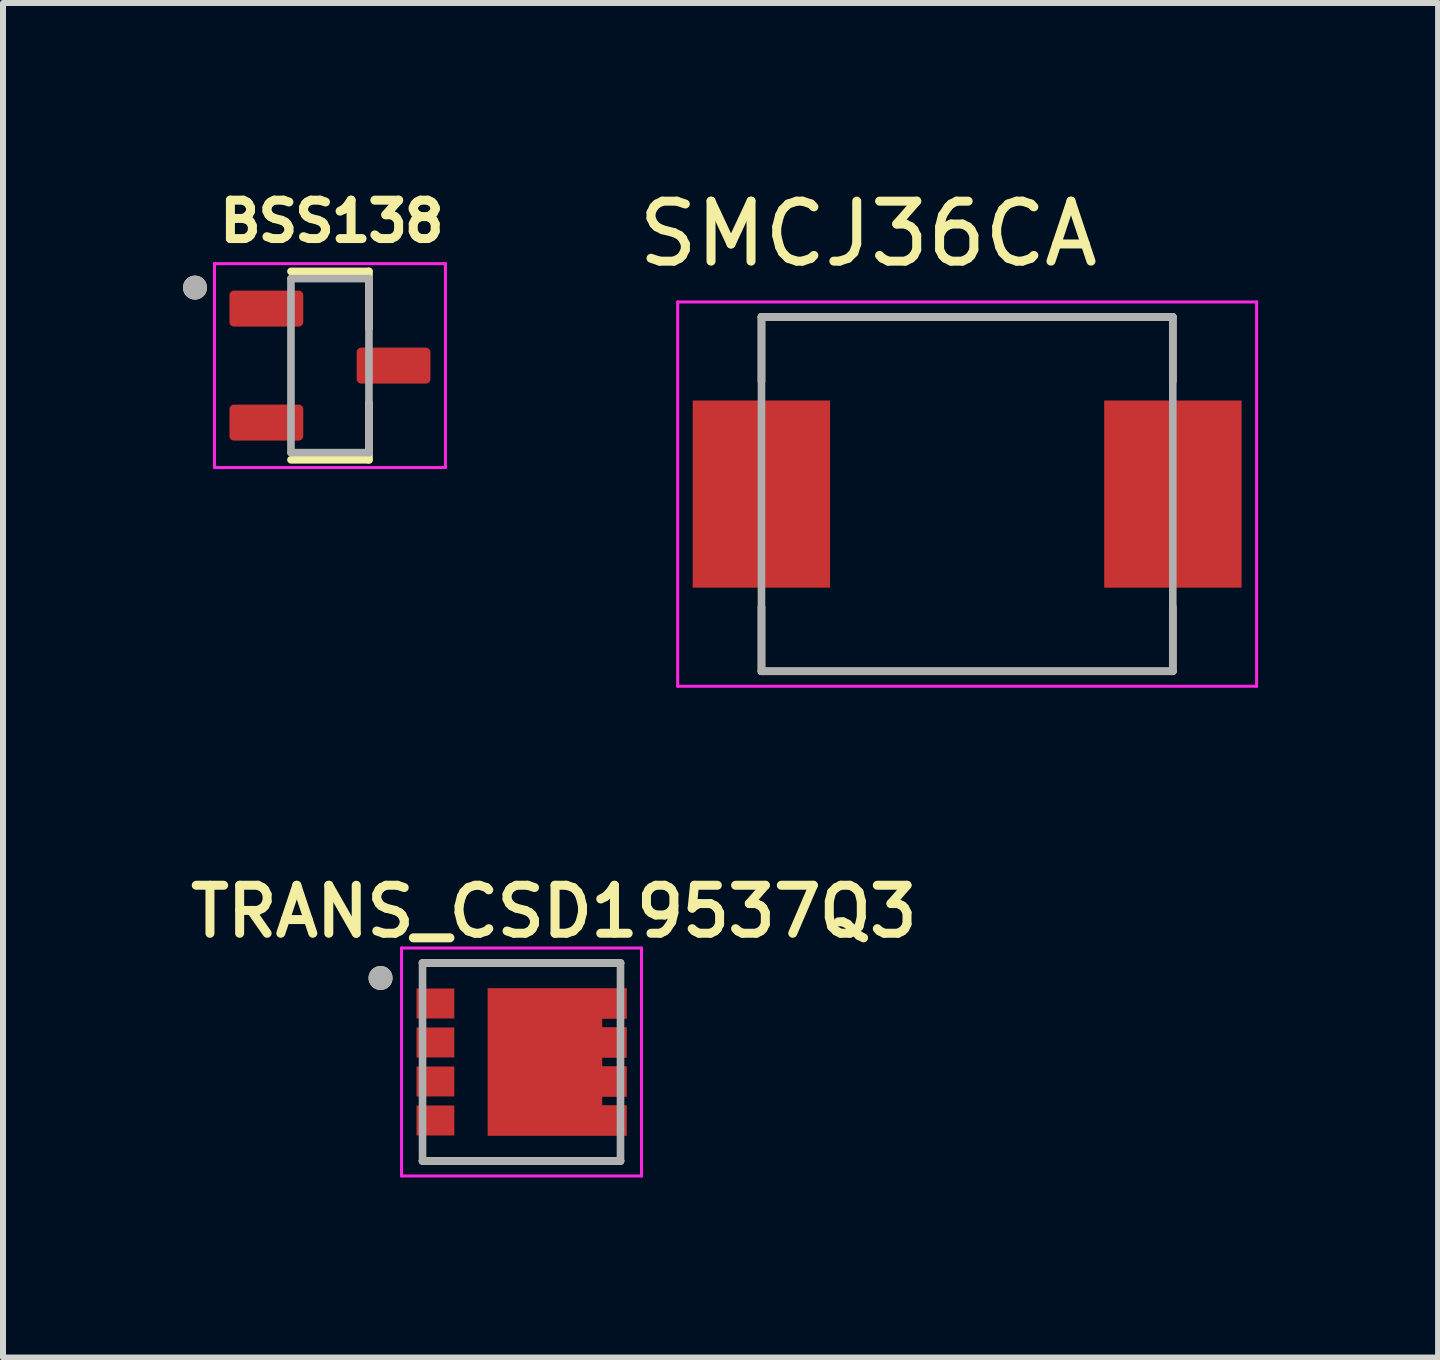
<source format=kicad_pcb>
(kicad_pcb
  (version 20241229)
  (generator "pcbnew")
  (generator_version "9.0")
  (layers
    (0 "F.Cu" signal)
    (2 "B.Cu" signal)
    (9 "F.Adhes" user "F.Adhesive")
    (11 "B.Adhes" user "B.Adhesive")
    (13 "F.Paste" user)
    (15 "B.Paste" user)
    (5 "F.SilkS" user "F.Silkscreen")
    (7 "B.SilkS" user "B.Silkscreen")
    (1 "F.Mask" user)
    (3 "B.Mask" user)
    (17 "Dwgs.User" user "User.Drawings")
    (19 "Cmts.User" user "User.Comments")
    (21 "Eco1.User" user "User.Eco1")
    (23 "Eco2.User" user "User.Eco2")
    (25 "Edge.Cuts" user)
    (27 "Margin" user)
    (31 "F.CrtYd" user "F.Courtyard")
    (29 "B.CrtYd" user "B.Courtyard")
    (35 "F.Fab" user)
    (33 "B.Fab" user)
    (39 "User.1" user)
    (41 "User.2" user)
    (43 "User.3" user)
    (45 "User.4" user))
  (footprint "TRANS_CSD19537Q3"
    (layer "F.Cu")
    (at 5.643 14.652)
    (property "Reference" "TRANS_CSD19537Q3" (at 0.54 -2.508 0) (layer "F.SilkS") (effects (font (size 0.8 0.8) (thickness 0.15))))
    (attr smd)
    (fp_poly (pts (xy -0.66 -1.325) (xy 1.85 -1.325) (xy 1.85 1.325) (xy -0.66 1.325)) (stroke (width 0.01) (type solid)) (fill yes) (layer "F.Mask"))
    (fp_line (start -1.65 -1.65) (end 1.65 -1.65) (stroke (width 0.127) (type solid)) (layer "F.SilkS"))
    (fp_line (start -1.65 1.65) (end 1.65 1.65) (stroke (width 0.127) (type solid)) (layer "F.SilkS"))
    (fp_circle (center -2.35 -1.4) (end -2.25 -1.4) (stroke (width 0.2) (type solid)) (fill no) (layer "F.SilkS"))
    (fp_poly (pts (xy -1.66 -1.145) (xy -1.21 -1.145) (xy -1.21 -0.805) (xy -1.66 -0.805)) (stroke (width 0.01) (type solid)) (fill yes) (layer "F.Paste"))
    (fp_poly (pts (xy -1.66 -0.495) (xy -1.21 -0.495) (xy -1.21 -0.155) (xy -1.66 -0.155)) (stroke (width 0.01) (type solid)) (fill yes) (layer "F.Paste"))
    (fp_poly (pts (xy -1.66 0.155) (xy -1.21 0.155) (xy -1.21 0.495) (xy -1.66 0.495)) (stroke (width 0.01) (type solid)) (fill yes) (layer "F.Paste"))
    (fp_poly (pts (xy -1.66 0.805) (xy -1.21 0.805) (xy -1.21 1.145) (xy -1.66 1.145)) (stroke (width 0.01) (type solid)) (fill yes) (layer "F.Paste"))
    (fp_poly (pts (xy -0.46 -1.145) (xy 0.985 -1.145) (xy 0.985 -0.125) (xy -0.46 -0.125)) (stroke (width 0.01) (type solid)) (fill yes) (layer "F.Paste"))
    (fp_poly (pts (xy -0.46 0.125) (xy 0.985 0.125) (xy 0.985 1.145) (xy -0.46 1.145)) (stroke (width 0.01) (type solid)) (fill yes) (layer "F.Paste"))
    (fp_poly (pts (xy 1.21 -1.145) (xy 1.66 -1.145) (xy 1.66 -0.805) (xy 1.21 -0.805)) (stroke (width 0.01) (type solid)) (fill yes) (layer "F.Paste"))
    (fp_poly (pts (xy 1.21 -0.495) (xy 1.66 -0.495) (xy 1.66 -0.155) (xy 1.21 -0.155)) (stroke (width 0.01) (type solid)) (fill yes) (layer "F.Paste"))
    (fp_poly (pts (xy 1.21 0.155) (xy 1.66 0.155) (xy 1.66 0.495) (xy 1.21 0.495)) (stroke (width 0.01) (type solid)) (fill yes) (layer "F.Paste"))
    (fp_poly (pts (xy 1.21 0.805) (xy 1.66 0.805) (xy 1.66 1.145) (xy 1.21 1.145)) (stroke (width 0.01) (type solid)) (fill yes) (layer "F.Paste"))
    (fp_line (start -2 -1.9) (end 2 -1.9) (stroke (width 0.05) (type solid)) (layer "F.CrtYd"))
    (fp_line (start -2 1.9) (end -2 -1.9) (stroke (width 0.05) (type solid)) (layer "F.CrtYd"))
    (fp_line (start 2 -1.9) (end 2 1.9) (stroke (width 0.05) (type solid)) (layer "F.CrtYd"))
    (fp_line (start 2 1.9) (end -2 1.9) (stroke (width 0.05) (type solid)) (layer "F.CrtYd"))
    (fp_line (start -1.65 -1.65) (end 1.65 -1.65) (stroke (width 0.127) (type solid)) (layer "F.Fab"))
    (fp_line (start -1.65 1.65) (end -1.65 -1.65) (stroke (width 0.127) (type solid)) (layer "F.Fab"))
    (fp_line (start 1.65 -1.65) (end 1.65 1.65) (stroke (width 0.127) (type solid)) (layer "F.Fab"))
    (fp_line (start 1.65 1.65) (end -1.65 1.65) (stroke (width 0.127) (type solid)) (layer "F.Fab"))
    (fp_circle (center -2.35 -1.4) (end -2.25 -1.4) (stroke (width 0.2) (type solid)) (fill no) (layer "F.Fab"))
    (pad "1" smd rect (at -1.435 -0.975) (size 0.63 0.5) (layers "F.Cu" "F.Mask"))
    (pad "2" smd rect (at -1.435 -0.325) (size 0.63 0.5) (layers "F.Cu" "F.Mask"))
    (pad "3" smd rect (at -1.435 0.325) (size 0.63 0.5) (layers "F.Cu" "F.Mask"))
    (pad "4" smd rect (at -1.435 0.975) (size 0.63 0.5) (layers "F.Cu" "F.Mask"))
    (pad "5_8" smd custom (at 0 0) (size 0.63 0.5) (layers "F.Cu") (options (anchor rect)) (primitives (gr_poly (pts (xy 1.75 -1.225) (xy 1.75 -0.725) (xy 1.34 -0.725) (xy 1.34 -0.575) (xy 1.75 -0.575) (xy 1.75 -0.075) (xy 1.34 -0.075) (xy 1.34 0.075) (xy 1.75 0.075) (xy 1.75 0.575) (xy 1.34 0.575) (xy 1.34 0.725) (xy 1.75 0.725) (xy 1.75 1.225) (xy -0.56 1.225) (xy -0.56 -1.225)) (width 0.01) (fill yes)))))
  (footprint "SMCJ36CA"
    (layer "F.Cu")
    (at 13.071 5.186)
    (property "Reference" "SMCJ36CA" (at -1.65 -4.338 0) (layer "F.SilkS") (effects (font (size 1 1) (thickness 0.15))))
    (attr smd)
    (fp_line (start -3.428 -2.953) (end -3.428 -1.88) (stroke (width 0.127) (type solid)) (layer "F.SilkS"))
    (fp_line (start -3.428 2.953) (end -3.428 1.88) (stroke (width 0.127) (type solid)) (layer "F.SilkS"))
    (fp_line (start -3.428 2.953) (end 3.428 2.953) (stroke (width 0.127) (type solid)) (layer "F.SilkS"))
    (fp_line (start 3.428 -2.953) (end -3.428 -2.953) (stroke (width 0.127) (type solid)) (layer "F.SilkS"))
    (fp_line (start 3.428 -1.88) (end 3.428 -2.953) (stroke (width 0.127) (type solid)) (layer "F.SilkS"))
    (fp_line (start 3.428 2.953) (end 3.428 1.88) (stroke (width 0.127) (type solid)) (layer "F.SilkS"))
    (fp_line (start -4.825 -3.203) (end -4.825 3.203) (stroke (width 0.05) (type solid)) (layer "F.CrtYd"))
    (fp_line (start -4.825 3.203) (end 4.825 3.203) (stroke (width 0.05) (type solid)) (layer "F.CrtYd"))
    (fp_line (start 4.825 -3.203) (end -4.825 -3.203) (stroke (width 0.05) (type solid)) (layer "F.CrtYd"))
    (fp_line (start 4.825 3.203) (end 4.825 -3.203) (stroke (width 0.05) (type solid)) (layer "F.CrtYd"))
    (fp_line (start -3.428 -2.953) (end -3.428 2.953) (stroke (width 0.127) (type solid)) (layer "F.Fab"))
    (fp_line (start -3.428 2.953) (end 3.428 2.953) (stroke (width 0.127) (type solid)) (layer "F.Fab"))
    (fp_line (start 3.428 -2.953) (end -3.428 -2.953) (stroke (width 0.127) (type solid)) (layer "F.Fab"))
    (fp_line (start 3.428 2.953) (end 3.428 -2.953) (stroke (width 0.127) (type solid)) (layer "F.Fab"))
    (pad "1" smd rect (at -3.43 0) (size 2.29 3.12) (layers "F.Cu" "F.Mask" "F.Paste"))
    (pad "2" smd rect (at 3.43 0) (size 2.29 3.12) (layers "F.Cu" "F.Mask" "F.Paste")))
  (footprint "BSS138"
    (layer "F.Cu")
    (at 2.45 3.044)
    (property "Reference" "BSS138" (at 0.032 -2.406 0) (layer "F.SilkS") (effects (font (size 0.64 0.64) (thickness 0.15))))
    (attr smd)
    (fp_line (start -0.65 -1.57) (end 0.65 -1.57) (stroke (width 0.127) (type solid)) (layer "F.SilkS"))
    (fp_line (start -0.65 1.57) (end 0.65 1.57) (stroke (width 0.127) (type solid)) (layer "F.SilkS"))
    (fp_line (start 0.65 -1.57) (end 0.65 -0.62) (stroke (width 0.127) (type solid)) (layer "F.SilkS"))
    (fp_line (start 0.65 1.57) (end 0.65 0.62) (stroke (width 0.127) (type solid)) (layer "F.SilkS"))
    (fp_circle (center -2.25 -1.3) (end -2.15 -1.3) (stroke (width 0.2) (type solid)) (fill no) (layer "F.SilkS"))
    (fp_line (start -1.925 -1.7) (end 1.925 -1.7) (stroke (width 0.05) (type solid)) (layer "F.CrtYd"))
    (fp_line (start -1.925 1.7) (end -1.925 -1.7) (stroke (width 0.05) (type solid)) (layer "F.CrtYd"))
    (fp_line (start 1.925 1.7) (end -1.925 1.7) (stroke (width 0.05) (type solid)) (layer "F.CrtYd"))
    (fp_line (start 1.925 1.7) (end 1.925 -1.7) (stroke (width 0.05) (type solid)) (layer "F.CrtYd"))
    (fp_line (start -0.65 -1.45) (end 0.65 -1.45) (stroke (width 0.127) (type solid)) (layer "F.Fab"))
    (fp_line (start -0.65 1.45) (end -0.65 -1.45) (stroke (width 0.127) (type solid)) (layer "F.Fab"))
    (fp_line (start 0.65 -1.45) (end 0.65 1.45) (stroke (width 0.127) (type solid)) (layer "F.Fab"))
    (fp_line (start 0.65 1.45) (end -0.65 1.45) (stroke (width 0.127) (type solid)) (layer "F.Fab"))
    (fp_circle (center -2.25 -1.3) (end -2.15 -1.3) (stroke (width 0.2) (type solid)) (fill no) (layer "F.Fab"))
    (pad "1" smd roundrect (at -1.06 -0.95) (size 1.23 0.6) (layers "F.Cu" "F.Mask" "F.Paste") (roundrect_rratio 0.125))
    (pad "2" smd roundrect (at -1.06 0.95) (size 1.23 0.6) (layers "F.Cu" "F.Mask" "F.Paste") (roundrect_rratio 0.125))
    (pad "3" smd roundrect (at 1.06 0) (size 1.23 0.6) (layers "F.Cu" "F.Mask" "F.Paste") (roundrect_rratio 0.125)))
  (gr_rect
    (start -3 -3)
    (end 20.921 19.578)
    (stroke (width 0.1) (type default))
    (fill no)
    (layer "Edge.Cuts")))
</source>
